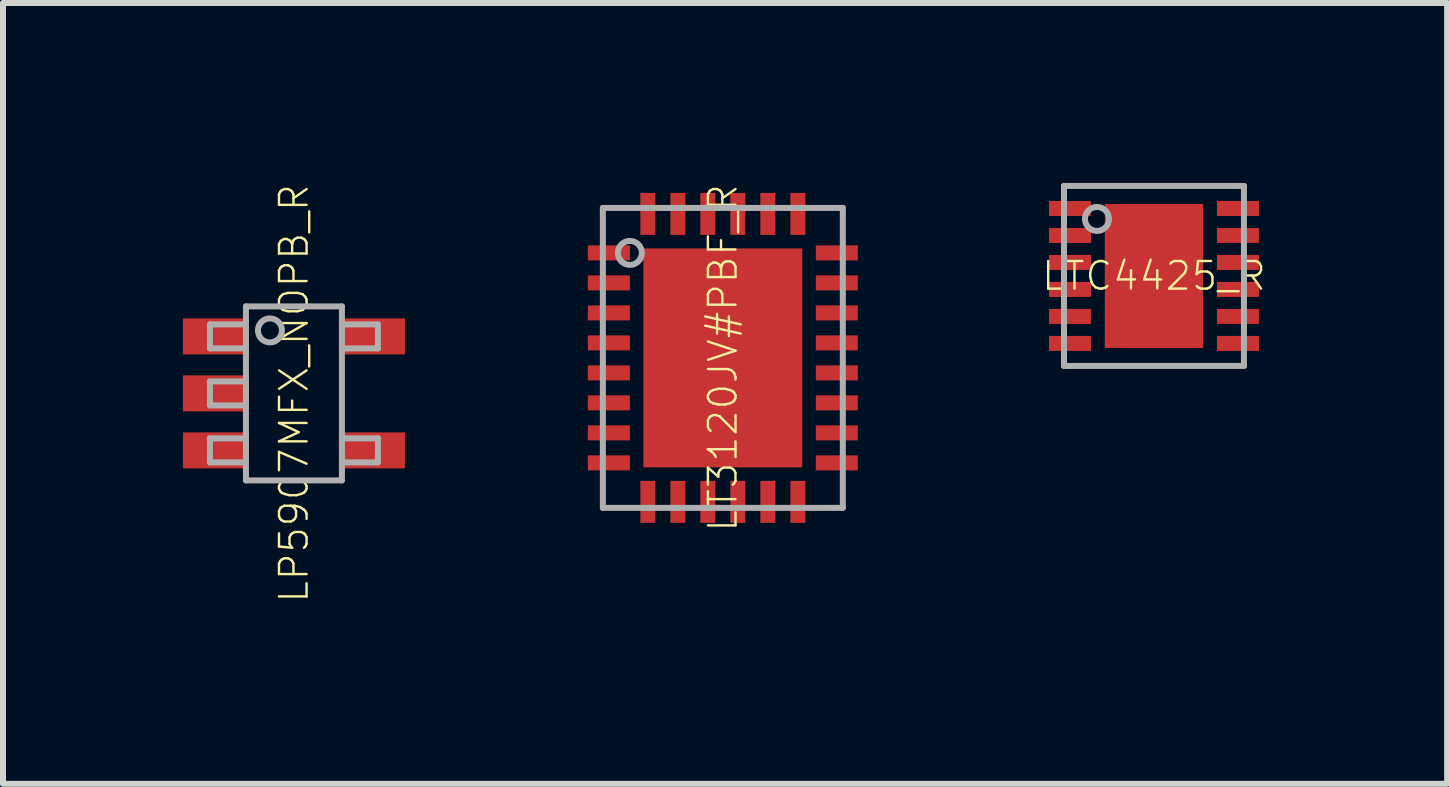
<source format=kicad_pcb>
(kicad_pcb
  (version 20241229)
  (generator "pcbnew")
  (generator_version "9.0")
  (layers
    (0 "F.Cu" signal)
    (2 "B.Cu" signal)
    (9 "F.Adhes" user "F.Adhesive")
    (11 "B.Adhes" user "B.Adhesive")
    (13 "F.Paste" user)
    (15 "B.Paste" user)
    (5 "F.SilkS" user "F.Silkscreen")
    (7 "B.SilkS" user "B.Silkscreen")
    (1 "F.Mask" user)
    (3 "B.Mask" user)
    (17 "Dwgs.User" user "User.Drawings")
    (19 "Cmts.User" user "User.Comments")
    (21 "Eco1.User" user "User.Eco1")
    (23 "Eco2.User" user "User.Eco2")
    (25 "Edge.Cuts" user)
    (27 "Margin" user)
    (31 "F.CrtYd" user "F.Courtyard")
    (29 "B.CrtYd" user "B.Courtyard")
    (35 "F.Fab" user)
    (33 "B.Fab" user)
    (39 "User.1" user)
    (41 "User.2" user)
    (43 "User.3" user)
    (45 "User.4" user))
  (footprint "LP5907MFX_NOPB_R"
    (layer "F.Cu")
    (at 1.85 3.508)
    (property "Reference" "LP5907MFX_NOPB_R" (at 0 0 90) (unlocked yes) (layer "F.SilkS") (effects (font (size 0.46 0.46) (thickness 0.04))))
    (fp_line (start -1.4 -1.15) (end -1.4 -0.75) (stroke (width 0.1) (type solid)) (layer "F.Fab"))
    (fp_line (start -1.4 -0.75) (end -0.8 -0.75) (stroke (width 0.1) (type solid)) (layer "F.Fab"))
    (fp_line (start -1.4 -0.2) (end -1.4 0.2) (stroke (width 0.1) (type solid)) (layer "F.Fab"))
    (fp_line (start -1.4 0.75) (end -1.4 1.15) (stroke (width 0.1) (type solid)) (layer "F.Fab"))
    (fp_line (start -0.8 -1.45) (end 0.8 -1.45) (stroke (width 0.1) (type solid)) (layer "F.Fab"))
    (fp_line (start -0.8 -1.15) (end -1.4 -1.15) (stroke (width 0.1) (type solid)) (layer "F.Fab"))
    (fp_line (start -0.8 -1.15) (end -0.8 -1.45) (stroke (width 0.1) (type solid)) (layer "F.Fab"))
    (fp_line (start -0.8 -0.75) (end -0.8 -1.15) (stroke (width 0.1) (type solid)) (layer "F.Fab"))
    (fp_line (start -0.8 -0.2) (end -1.4 -0.2) (stroke (width 0.1) (type solid)) (layer "F.Fab"))
    (fp_line (start -0.8 -0.2) (end -0.8 -0.75) (stroke (width 0.1) (type solid)) (layer "F.Fab"))
    (fp_line (start -0.8 0.2) (end -1.4 0.2) (stroke (width 0.1) (type solid)) (layer "F.Fab"))
    (fp_line (start -0.8 0.2) (end -0.8 -0.2) (stroke (width 0.1) (type solid)) (layer "F.Fab"))
    (fp_line (start -0.8 0.75) (end -1.4 0.75) (stroke (width 0.1) (type solid)) (layer "F.Fab"))
    (fp_line (start -0.8 0.75) (end -0.8 0.2) (stroke (width 0.1) (type solid)) (layer "F.Fab"))
    (fp_line (start -0.8 1.15) (end -1.4 1.15) (stroke (width 0.1) (type solid)) (layer "F.Fab"))
    (fp_line (start -0.8 1.15) (end -0.8 0.75) (stroke (width 0.1) (type solid)) (layer "F.Fab"))
    (fp_line (start -0.8 1.45) (end -0.8 1.15) (stroke (width 0.1) (type solid)) (layer "F.Fab"))
    (fp_line (start 0.8 -1.45) (end 0.8 -1.15) (stroke (width 0.1) (type solid)) (layer "F.Fab"))
    (fp_line (start 0.8 -1.15) (end 0.8 -0.75) (stroke (width 0.1) (type solid)) (layer "F.Fab"))
    (fp_line (start 0.8 -0.75) (end 0.8 0.75) (stroke (width 0.1) (type solid)) (layer "F.Fab"))
    (fp_line (start 0.8 0.75) (end 0.8 1.15) (stroke (width 0.1) (type solid)) (layer "F.Fab"))
    (fp_line (start 0.8 1.15) (end 0.8 1.45) (stroke (width 0.1) (type solid)) (layer "F.Fab"))
    (fp_line (start 0.8 1.45) (end -0.8 1.45) (stroke (width 0.1) (type solid)) (layer "F.Fab"))
    (fp_line (start 1.4 -1.15) (end 0.8 -1.15) (stroke (width 0.1) (type solid)) (layer "F.Fab"))
    (fp_line (start 1.4 -1.15) (end 1.4 -0.75) (stroke (width 0.1) (type solid)) (layer "F.Fab"))
    (fp_line (start 1.4 -0.75) (end 0.8 -0.75) (stroke (width 0.1) (type solid)) (layer "F.Fab"))
    (fp_line (start 1.4 0.75) (end 0.8 0.75) (stroke (width 0.1) (type solid)) (layer "F.Fab"))
    (fp_line (start 1.4 0.75) (end 1.4 1.15) (stroke (width 0.1) (type solid)) (layer "F.Fab"))
    (fp_line (start 1.4 1.15) (end 0.8 1.15) (stroke (width 0.1) (type solid)) (layer "F.Fab"))
    (fp_circle (center -0.4 -1.05) (end -0.2 -1.05) (stroke (width 0.1) (type solid)) (fill no) (layer "F.Fab"))
    (pad "1" smd rect (at -1.3 -0.95) (size 1.1 0.6) (layers "F.Cu" "F.Mask" "F.Paste"))
    (pad "2" smd rect (at -1.3 0) (size 1.1 0.6) (layers "F.Cu" "F.Mask" "F.Paste"))
    (pad "3" smd rect (at -1.3 0.95) (size 1.1 0.6) (layers "F.Cu" "F.Mask" "F.Paste"))
    (pad "4" smd rect (at 1.3 0.95) (size 1.1 0.6) (layers "F.Cu" "F.Mask" "F.Paste"))
    (pad "5" smd rect (at 1.3 -0.95) (size 1.1 0.6) (layers "F.Cu" "F.Mask" "F.Paste")))
  (footprint "LT3120JV#PBF_R"
    (layer "F.Cu")
    (at 9 2.916)
    (property "Reference" "LT3120JV#PBF_R" (at 0 0 90) (unlocked yes) (layer "F.SilkS") (effects (font (size 0.46 0.46) (thickness 0.04))))
    (fp_poly (pts (xy -2.3 -1.925) (xy -2.3 -1.575) (xy -1.5 -1.575) (xy -1.5 -1.925)) (stroke (width 0) (type default)) (fill yes) (layer "F.Mask"))
    (fp_poly (pts (xy -2.3 -1.425) (xy -2.3 -1.075) (xy -1.5 -1.075) (xy -1.5 -1.425)) (stroke (width 0) (type default)) (fill yes) (layer "F.Mask"))
    (fp_poly (pts (xy -2.3 -0.925) (xy -2.3 -0.575) (xy -1.5 -0.575) (xy -1.5 -0.925)) (stroke (width 0) (type default)) (fill yes) (layer "F.Mask"))
    (fp_poly (pts (xy -2.3 -0.425) (xy -2.3 -0.075) (xy -1.5 -0.075) (xy -1.5 -0.425)) (stroke (width 0) (type default)) (fill yes) (layer "F.Mask"))
    (fp_poly (pts (xy -2.3 0.075) (xy -2.3 0.425) (xy -1.5 0.425) (xy -1.5 0.075)) (stroke (width 0) (type default)) (fill yes) (layer "F.Mask"))
    (fp_poly (pts (xy -2.3 0.575) (xy -2.3 0.925) (xy -1.5 0.925) (xy -1.5 0.575)) (stroke (width 0) (type default)) (fill yes) (layer "F.Mask"))
    (fp_poly (pts (xy -2.3 1.075) (xy -2.3 1.425) (xy -1.5 1.425) (xy -1.5 1.075)) (stroke (width 0) (type default)) (fill yes) (layer "F.Mask"))
    (fp_poly (pts (xy -2.3 1.575) (xy -2.3 1.925) (xy -1.5 1.925) (xy -1.5 1.575)) (stroke (width 0) (type default)) (fill yes) (layer "F.Mask"))
    (fp_poly (pts (xy -1.425 2.8) (xy -1.075 2.8) (xy -1.075 2) (xy -1.425 2)) (stroke (width 0) (type default)) (fill yes) (layer "F.Mask"))
    (fp_poly (pts (xy -1.375 1.875) (xy 1.375 1.875) (xy 1.375 -1.875) (xy -1.375 -1.875)) (stroke (width 0) (type default)) (fill yes) (layer "F.Mask"))
    (fp_poly (pts (xy -1.075 -2.8) (xy -1.425 -2.8) (xy -1.425 -2) (xy -1.075 -2)) (stroke (width 0) (type default)) (fill yes) (layer "F.Mask"))
    (fp_poly (pts (xy -0.925 2.8) (xy -0.575 2.8) (xy -0.575 2) (xy -0.925 2)) (stroke (width 0) (type default)) (fill yes) (layer "F.Mask"))
    (fp_poly (pts (xy -0.575 -2.8) (xy -0.925 -2.8) (xy -0.925 -2) (xy -0.575 -2)) (stroke (width 0) (type default)) (fill yes) (layer "F.Mask"))
    (fp_poly (pts (xy -0.425 2.8) (xy -0.075 2.8) (xy -0.075 2) (xy -0.425 2)) (stroke (width 0) (type default)) (fill yes) (layer "F.Mask"))
    (fp_poly (pts (xy -0.075 -2.8) (xy -0.425 -2.8) (xy -0.425 -2) (xy -0.075 -2)) (stroke (width 0) (type default)) (fill yes) (layer "F.Mask"))
    (fp_poly (pts (xy 0.075 2.8) (xy 0.425 2.8) (xy 0.425 2) (xy 0.075 2)) (stroke (width 0) (type default)) (fill yes) (layer "F.Mask"))
    (fp_poly (pts (xy 0.425 -2.8) (xy 0.075 -2.8) (xy 0.075 -2) (xy 0.425 -2)) (stroke (width 0) (type default)) (fill yes) (layer "F.Mask"))
    (fp_poly (pts (xy 0.575 2.8) (xy 0.925 2.8) (xy 0.925 2) (xy 0.575 2)) (stroke (width 0) (type default)) (fill yes) (layer "F.Mask"))
    (fp_poly (pts (xy 0.925 -2.8) (xy 0.575 -2.8) (xy 0.575 -2) (xy 0.925 -2)) (stroke (width 0) (type default)) (fill yes) (layer "F.Mask"))
    (fp_poly (pts (xy 1.075 2.8) (xy 1.425 2.8) (xy 1.425 2) (xy 1.075 2)) (stroke (width 0) (type default)) (fill yes) (layer "F.Mask"))
    (fp_poly (pts (xy 1.425 -2.8) (xy 1.075 -2.8) (xy 1.075 -2) (xy 1.425 -2)) (stroke (width 0) (type default)) (fill yes) (layer "F.Mask"))
    (fp_poly (pts (xy 2.3 -1.575) (xy 2.3 -1.925) (xy 1.5 -1.925) (xy 1.5 -1.575)) (stroke (width 0) (type default)) (fill yes) (layer "F.Mask"))
    (fp_poly (pts (xy 2.3 -1.075) (xy 2.3 -1.425) (xy 1.5 -1.425) (xy 1.5 -1.075)) (stroke (width 0) (type default)) (fill yes) (layer "F.Mask"))
    (fp_poly (pts (xy 2.3 -0.575) (xy 2.3 -0.925) (xy 1.5 -0.925) (xy 1.5 -0.575)) (stroke (width 0) (type default)) (fill yes) (layer "F.Mask"))
    (fp_poly (pts (xy 2.3 -0.075) (xy 2.3 -0.425) (xy 1.5 -0.425) (xy 1.5 -0.075)) (stroke (width 0) (type default)) (fill yes) (layer "F.Mask"))
    (fp_poly (pts (xy 2.3 0.425) (xy 2.3 0.075) (xy 1.5 0.075) (xy 1.5 0.425)) (stroke (width 0) (type default)) (fill yes) (layer "F.Mask"))
    (fp_poly (pts (xy 2.3 0.925) (xy 2.3 0.575) (xy 1.5 0.575) (xy 1.5 0.925)) (stroke (width 0) (type default)) (fill yes) (layer "F.Mask"))
    (fp_poly (pts (xy 2.3 1.425) (xy 2.3 1.075) (xy 1.5 1.075) (xy 1.5 1.425)) (stroke (width 0) (type default)) (fill yes) (layer "F.Mask"))
    (fp_poly (pts (xy 2.3 1.925) (xy 2.3 1.575) (xy 1.5 1.575) (xy 1.5 1.925)) (stroke (width 0) (type default)) (fill yes) (layer "F.Mask"))
    (fp_poly (pts (xy -1.55 -1.625) (xy -2.25 -1.625) (xy -2.25 -1.875) (xy -1.55 -1.875)) (stroke (width 0) (type default)) (fill yes) (layer "F.Paste"))
    (fp_poly (pts (xy -1.55 -1.125) (xy -2.25 -1.125) (xy -2.25 -1.375) (xy -1.55 -1.375)) (stroke (width 0) (type default)) (fill yes) (layer "F.Paste"))
    (fp_poly (pts (xy -1.55 -0.625) (xy -2.25 -0.625) (xy -2.25 -0.875) (xy -1.55 -0.875)) (stroke (width 0) (type default)) (fill yes) (layer "F.Paste"))
    (fp_poly (pts (xy -1.55 -0.125) (xy -2.25 -0.125) (xy -2.25 -0.375) (xy -1.55 -0.375)) (stroke (width 0) (type default)) (fill yes) (layer "F.Paste"))
    (fp_poly (pts (xy -1.55 0.375) (xy -2.25 0.375) (xy -2.25 0.125) (xy -1.55 0.125)) (stroke (width 0) (type default)) (fill yes) (layer "F.Paste"))
    (fp_poly (pts (xy -1.55 0.875) (xy -2.25 0.875) (xy -2.25 0.625) (xy -1.55 0.625)) (stroke (width 0) (type default)) (fill yes) (layer "F.Paste"))
    (fp_poly (pts (xy -1.55 1.375) (xy -2.25 1.375) (xy -2.25 1.125) (xy -1.55 1.125)) (stroke (width 0) (type default)) (fill yes) (layer "F.Paste"))
    (fp_poly (pts (xy -1.55 1.875) (xy -2.25 1.875) (xy -2.25 1.625) (xy -1.55 1.625)) (stroke (width 0) (type default)) (fill yes) (layer "F.Paste"))
    (fp_poly (pts (xy -1.125 -2.05) (xy -1.375 -2.05) (xy -1.375 -2.75) (xy -1.125 -2.75)) (stroke (width 0) (type default)) (fill yes) (layer "F.Paste"))
    (fp_poly (pts (xy -1.125 2.75) (xy -1.375 2.75) (xy -1.375 2.05) (xy -1.125 2.05)) (stroke (width 0) (type default)) (fill yes) (layer "F.Paste"))
    (fp_poly (pts (xy -0.625 -2.05) (xy -0.875 -2.05) (xy -0.875 -2.75) (xy -0.625 -2.75)) (stroke (width 0) (type default)) (fill yes) (layer "F.Paste"))
    (fp_poly (pts (xy -0.625 2.75) (xy -0.875 2.75) (xy -0.875 2.05) (xy -0.625 2.05)) (stroke (width 0) (type default)) (fill yes) (layer "F.Paste"))
    (fp_poly (pts (xy -0.15 -0.15) (xy -1.1 -0.15) (xy -1.1 -1.6) (xy -0.15 -1.6)) (stroke (width 0) (type default)) (fill yes) (layer "F.Paste"))
    (fp_poly (pts (xy -0.15 1.6) (xy -1.1 1.6) (xy -1.1 0.15) (xy -0.15 0.15)) (stroke (width 0) (type default)) (fill yes) (layer "F.Paste"))
    (fp_poly (pts (xy -0.125 -2.05) (xy -0.375 -2.05) (xy -0.375 -2.75) (xy -0.125 -2.75)) (stroke (width 0) (type default)) (fill yes) (layer "F.Paste"))
    (fp_poly (pts (xy -0.125 2.75) (xy -0.375 2.75) (xy -0.375 2.05) (xy -0.125 2.05)) (stroke (width 0) (type default)) (fill yes) (layer "F.Paste"))
    (fp_poly (pts (xy 0.375 -2.05) (xy 0.125 -2.05) (xy 0.125 -2.75) (xy 0.375 -2.75)) (stroke (width 0) (type default)) (fill yes) (layer "F.Paste"))
    (fp_poly (pts (xy 0.375 2.75) (xy 0.125 2.75) (xy 0.125 2.05) (xy 0.375 2.05)) (stroke (width 0) (type default)) (fill yes) (layer "F.Paste"))
    (fp_poly (pts (xy 0.875 -2.05) (xy 0.625 -2.05) (xy 0.625 -2.75) (xy 0.875 -2.75)) (stroke (width 0) (type default)) (fill yes) (layer "F.Paste"))
    (fp_poly (pts (xy 0.875 2.75) (xy 0.625 2.75) (xy 0.625 2.05) (xy 0.875 2.05)) (stroke (width 0) (type default)) (fill yes) (layer "F.Paste"))
    (fp_poly (pts (xy 1.1 -0.15) (xy 0.15 -0.15) (xy 0.15 -1.6) (xy 1.1 -1.6)) (stroke (width 0) (type default)) (fill yes) (layer "F.Paste"))
    (fp_poly (pts (xy 1.1 1.6) (xy 0.15 1.6) (xy 0.15 0.15) (xy 1.1 0.15)) (stroke (width 0) (type default)) (fill yes) (layer "F.Paste"))
    (fp_poly (pts (xy 1.375 -2.05) (xy 1.125 -2.05) (xy 1.125 -2.75) (xy 1.375 -2.75)) (stroke (width 0) (type default)) (fill yes) (layer "F.Paste"))
    (fp_poly (pts (xy 1.375 2.75) (xy 1.125 2.75) (xy 1.125 2.05) (xy 1.375 2.05)) (stroke (width 0) (type default)) (fill yes) (layer "F.Paste"))
    (fp_poly (pts (xy 2.25 -1.625) (xy 1.55 -1.625) (xy 1.55 -1.875) (xy 2.25 -1.875)) (stroke (width 0) (type default)) (fill yes) (layer "F.Paste"))
    (fp_poly (pts (xy 2.25 -1.125) (xy 1.55 -1.125) (xy 1.55 -1.375) (xy 2.25 -1.375)) (stroke (width 0) (type default)) (fill yes) (layer "F.Paste"))
    (fp_poly (pts (xy 2.25 -0.625) (xy 1.55 -0.625) (xy 1.55 -0.875) (xy 2.25 -0.875)) (stroke (width 0) (type default)) (fill yes) (layer "F.Paste"))
    (fp_poly (pts (xy 2.25 -0.125) (xy 1.55 -0.125) (xy 1.55 -0.375) (xy 2.25 -0.375)) (stroke (width 0) (type default)) (fill yes) (layer "F.Paste"))
    (fp_poly (pts (xy 2.25 0.375) (xy 1.55 0.375) (xy 1.55 0.125) (xy 2.25 0.125)) (stroke (width 0) (type default)) (fill yes) (layer "F.Paste"))
    (fp_poly (pts (xy 2.25 0.875) (xy 1.55 0.875) (xy 1.55 0.625) (xy 2.25 0.625)) (stroke (width 0) (type default)) (fill yes) (layer "F.Paste"))
    (fp_poly (pts (xy 2.25 1.375) (xy 1.55 1.375) (xy 1.55 1.125) (xy 2.25 1.125)) (stroke (width 0) (type default)) (fill yes) (layer "F.Paste"))
    (fp_poly (pts (xy 2.25 1.875) (xy 1.55 1.875) (xy 1.55 1.625) (xy 2.25 1.625)) (stroke (width 0) (type default)) (fill yes) (layer "F.Paste"))
    (fp_line (start -2 -2.5) (end 2 -2.5) (stroke (width 0.1) (type solid)) (layer "F.Fab"))
    (fp_line (start -2 2.5) (end -2 -2.5) (stroke (width 0.1) (type solid)) (layer "F.Fab"))
    (fp_line (start 2 -2.5) (end 2 2.5) (stroke (width 0.1) (type solid)) (layer "F.Fab"))
    (fp_line (start 2 2.5) (end -2 2.5) (stroke (width 0.1) (type solid)) (layer "F.Fab"))
    (fp_circle (center -1.55 -1.75) (end -1.35 -1.75) (stroke (width 0.1) (type solid)) (fill no) (layer "F.Fab"))
    (pad "1" smd rect (at -1.9 -1.75 270) (size 0.25 0.7) (layers "F.Cu"))
    (pad "2" smd rect (at -1.9 -1.25 270) (size 0.25 0.7) (layers "F.Cu"))
    (pad "3" smd rect (at -1.9 -0.75 270) (size 0.25 0.7) (layers "F.Cu"))
    (pad "4" smd rect (at -1.9 -0.25 270) (size 0.25 0.7) (layers "F.Cu"))
    (pad "5" smd rect (at -1.9 0.25 270) (size 0.25 0.7) (layers "F.Cu"))
    (pad "6" smd rect (at -1.9 0.75 270) (size 0.25 0.7) (layers "F.Cu"))
    (pad "7" smd rect (at -1.9 1.25 270) (size 0.25 0.7) (layers "F.Cu"))
    (pad "8" smd rect (at -1.9 1.75 270) (size 0.25 0.7) (layers "F.Cu"))
    (pad "9" smd rect (at -1.25 2.4) (size 0.25 0.7) (layers "F.Cu"))
    (pad "10" smd rect (at -0.75 2.4) (size 0.25 0.7) (layers "F.Cu"))
    (pad "11" smd rect (at -0.25 2.4) (size 0.25 0.7) (layers "F.Cu"))
    (pad "12" smd rect (at 0.25 2.4) (size 0.25 0.7) (layers "F.Cu"))
    (pad "13" smd rect (at 0.75 2.4) (size 0.25 0.7) (layers "F.Cu"))
    (pad "14" smd rect (at 1.25 2.4) (size 0.25 0.7) (layers "F.Cu"))
    (pad "15" smd rect (at 1.9 1.75 90) (size 0.25 0.7) (layers "F.Cu"))
    (pad "16" smd rect (at 1.9 1.25 90) (size 0.25 0.7) (layers "F.Cu"))
    (pad "17" smd rect (at 1.9 0.75 90) (size 0.25 0.7) (layers "F.Cu"))
    (pad "18" smd rect (at 1.9 0.25 90) (size 0.25 0.7) (layers "F.Cu"))
    (pad "19" smd rect (at 1.9 -0.25 90) (size 0.25 0.7) (layers "F.Cu"))
    (pad "20" smd rect (at 1.9 -0.75 90) (size 0.25 0.7) (layers "F.Cu"))
    (pad "21" smd rect (at 1.9 -1.25 90) (size 0.25 0.7) (layers "F.Cu"))
    (pad "22" smd rect (at 1.9 -1.75 90) (size 0.25 0.7) (layers "F.Cu"))
    (pad "23" smd rect (at 1.25 -2.4 180) (size 0.25 0.7) (layers "F.Cu"))
    (pad "24" smd rect (at 0.75 -2.4 180) (size 0.25 0.7) (layers "F.Cu"))
    (pad "25" smd rect (at 0.25 -2.4 180) (size 0.25 0.7) (layers "F.Cu"))
    (pad "26" smd rect (at -0.25 -2.4 180) (size 0.25 0.7) (layers "F.Cu"))
    (pad "27" smd rect (at -0.75 -2.4 180) (size 0.25 0.7) (layers "F.Cu"))
    (pad "28" smd rect (at -1.25 -2.4 180) (size 0.25 0.7) (layers "F.Cu"))
    (pad "29" smd rect (at 0 0) (size 2.65 3.65) (layers "F.Cu")))
  (footprint "LTC4425_R"
    (layer "F.Cu")
    (at 16.187 1.55)
    (property "Reference" "LTC4425_R" (at 0 0 0) (unlocked yes) (layer "F.SilkS") (effects (font (size 0.46 0.46) (thickness 0.04))))
    (fp_poly (pts (xy -1.8 -0.95) (xy -1 -0.95) (xy -1 -1.3) (xy -1.8 -1.3)) (stroke (width 0) (type default)) (fill yes) (layer "F.Mask"))
    (fp_poly (pts (xy -1.8 -0.5) (xy -1 -0.5) (xy -1 -0.85) (xy -1.8 -0.85)) (stroke (width 0) (type default)) (fill yes) (layer "F.Mask"))
    (fp_poly (pts (xy -1.8 -0.05) (xy -1 -0.05) (xy -1 -0.4) (xy -1.8 -0.4)) (stroke (width 0) (type default)) (fill yes) (layer "F.Mask"))
    (fp_poly (pts (xy -1.8 0.4) (xy -1 0.4) (xy -1 0.05) (xy -1.8 0.05)) (stroke (width 0) (type default)) (fill yes) (layer "F.Mask"))
    (fp_poly (pts (xy -1.8 0.85) (xy -1 0.85) (xy -1 0.5) (xy -1.8 0.5)) (stroke (width 0) (type default)) (fill yes) (layer "F.Mask"))
    (fp_poly (pts (xy -1.8 1.3) (xy -1 1.3) (xy -1 0.95) (xy -1.8 0.95)) (stroke (width 0) (type default)) (fill yes) (layer "F.Mask"))
    (fp_poly (pts (xy -0.88 1.25) (xy 0.87 1.25) (xy 0.87 -1.25) (xy -0.88 -1.25)) (stroke (width 0) (type default)) (fill yes) (layer "F.Mask"))
    (fp_poly (pts (xy 1 -0.95) (xy 1.8 -0.95) (xy 1.8 -1.3) (xy 1 -1.3)) (stroke (width 0) (type default)) (fill yes) (layer "F.Mask"))
    (fp_poly (pts (xy 1 -0.5) (xy 1.8 -0.5) (xy 1.8 -0.85) (xy 1 -0.85)) (stroke (width 0) (type default)) (fill yes) (layer "F.Mask"))
    (fp_poly (pts (xy 1 -0.05) (xy 1.8 -0.05) (xy 1.8 -0.4) (xy 1 -0.4)) (stroke (width 0) (type default)) (fill yes) (layer "F.Mask"))
    (fp_poly (pts (xy 1 0.4) (xy 1.8 0.4) (xy 1.8 0.05) (xy 1 0.05)) (stroke (width 0) (type default)) (fill yes) (layer "F.Mask"))
    (fp_poly (pts (xy 1 0.85) (xy 1.8 0.85) (xy 1.8 0.5) (xy 1 0.5)) (stroke (width 0) (type default)) (fill yes) (layer "F.Mask"))
    (fp_poly (pts (xy 1 1.3) (xy 1.8 1.3) (xy 1.8 0.95) (xy 1 0.95)) (stroke (width 0) (type default)) (fill yes) (layer "F.Mask"))
    (fp_poly (pts (xy -1.05 -1) (xy -1.75 -1) (xy -1.75 -1.25) (xy -1.05 -1.25)) (stroke (width 0) (type default)) (fill yes) (layer "F.Paste"))
    (fp_poly (pts (xy -1.05 -0.55) (xy -1.75 -0.55) (xy -1.75 -0.8) (xy -1.05 -0.8)) (stroke (width 0) (type default)) (fill yes) (layer "F.Paste"))
    (fp_poly (pts (xy -1.05 -0.1) (xy -1.75 -0.1) (xy -1.75 -0.35) (xy -1.05 -0.35)) (stroke (width 0) (type default)) (fill yes) (layer "F.Paste"))
    (fp_poly (pts (xy -1.05 0.35) (xy -1.75 0.35) (xy -1.75 0.1) (xy -1.05 0.1)) (stroke (width 0) (type default)) (fill yes) (layer "F.Paste"))
    (fp_poly (pts (xy -1.05 0.8) (xy -1.75 0.8) (xy -1.75 0.55) (xy -1.05 0.55)) (stroke (width 0) (type default)) (fill yes) (layer "F.Paste"))
    (fp_poly (pts (xy -1.05 1.25) (xy -1.75 1.25) (xy -1.75 1) (xy -1.05 1)) (stroke (width 0) (type default)) (fill yes) (layer "F.Paste"))
    (fp_poly (pts (xy 0.65 -0.075) (xy -0.65 -0.075) (xy -0.65 -1.025) (xy 0.65 -1.025)) (stroke (width 0) (type default)) (fill yes) (layer "F.Paste"))
    (fp_poly (pts (xy 0.65 1.075) (xy -0.65 1.075) (xy -0.65 0.125) (xy 0.65 0.125)) (stroke (width 0) (type default)) (fill yes) (layer "F.Paste"))
    (fp_poly (pts (xy 1.75 -1) (xy 1.05 -1) (xy 1.05 -1.25) (xy 1.75 -1.25)) (stroke (width 0) (type default)) (fill yes) (layer "F.Paste"))
    (fp_poly (pts (xy 1.75 -0.55) (xy 1.05 -0.55) (xy 1.05 -0.8) (xy 1.75 -0.8)) (stroke (width 0) (type default)) (fill yes) (layer "F.Paste"))
    (fp_poly (pts (xy 1.75 -0.1) (xy 1.05 -0.1) (xy 1.05 -0.35) (xy 1.75 -0.35)) (stroke (width 0) (type default)) (fill yes) (layer "F.Paste"))
    (fp_poly (pts (xy 1.75 0.35) (xy 1.05 0.35) (xy 1.05 0.1) (xy 1.75 0.1)) (stroke (width 0) (type default)) (fill yes) (layer "F.Paste"))
    (fp_poly (pts (xy 1.75 0.8) (xy 1.05 0.8) (xy 1.05 0.55) (xy 1.75 0.55)) (stroke (width 0) (type default)) (fill yes) (layer "F.Paste"))
    (fp_poly (pts (xy 1.75 1.25) (xy 1.05 1.25) (xy 1.05 1) (xy 1.75 1)) (stroke (width 0) (type default)) (fill yes) (layer "F.Paste"))
    (fp_line (start -1.5 -1.5) (end 1.5 -1.5) (stroke (width 0.1) (type solid)) (layer "F.Fab"))
    (fp_line (start -1.5 1.5) (end -1.5 -1.5) (stroke (width 0.1) (type solid)) (layer "F.Fab"))
    (fp_line (start 1.5 -1.5) (end 1.5 1.5) (stroke (width 0.1) (type solid)) (layer "F.Fab"))
    (fp_line (start 1.5 1.5) (end -1.5 1.5) (stroke (width 0.1) (type solid)) (layer "F.Fab"))
    (fp_circle (center -0.95 -0.95) (end -0.75 -0.95) (stroke (width 0.1) (type solid)) (fill no) (layer "F.Fab"))
    (pad "0" smd rect (at 0 0) (size 1.64 2.4) (layers "F.Cu"))
    (pad "1" smd rect (at -1.4 -1.125) (size 0.7 0.25) (layers "F.Cu"))
    (pad "2" smd rect (at -1.4 -0.675) (size 0.7 0.25) (layers "F.Cu"))
    (pad "3" smd rect (at -1.4 -0.225) (size 0.7 0.25) (layers "F.Cu"))
    (pad "4" smd rect (at -1.4 0.225) (size 0.7 0.25) (layers "F.Cu"))
    (pad "5" smd rect (at -1.4 0.675) (size 0.7 0.25) (layers "F.Cu"))
    (pad "6" smd rect (at -1.4 1.125) (size 0.7 0.25) (layers "F.Cu"))
    (pad "7" smd rect (at 1.4 1.125) (size 0.7 0.25) (layers "F.Cu"))
    (pad "8" smd rect (at 1.4 0.675) (size 0.7 0.25) (layers "F.Cu"))
    (pad "9" smd rect (at 1.4 0.225) (size 0.7 0.25) (layers "F.Cu"))
    (pad "10" smd rect (at 1.4 -0.225) (size 0.7 0.25) (layers "F.Cu"))
    (pad "11" smd rect (at 1.4 -0.675) (size 0.7 0.25) (layers "F.Cu"))
    (pad "12" smd rect (at 1.4 -1.125) (size 0.7 0.25) (layers "F.Cu")))
  (gr_rect
    (start -3 -3)
    (end 21.074 10.016)
    (stroke (width 0.1) (type default))
    (fill no)
    (layer "Edge.Cuts")))
</source>
